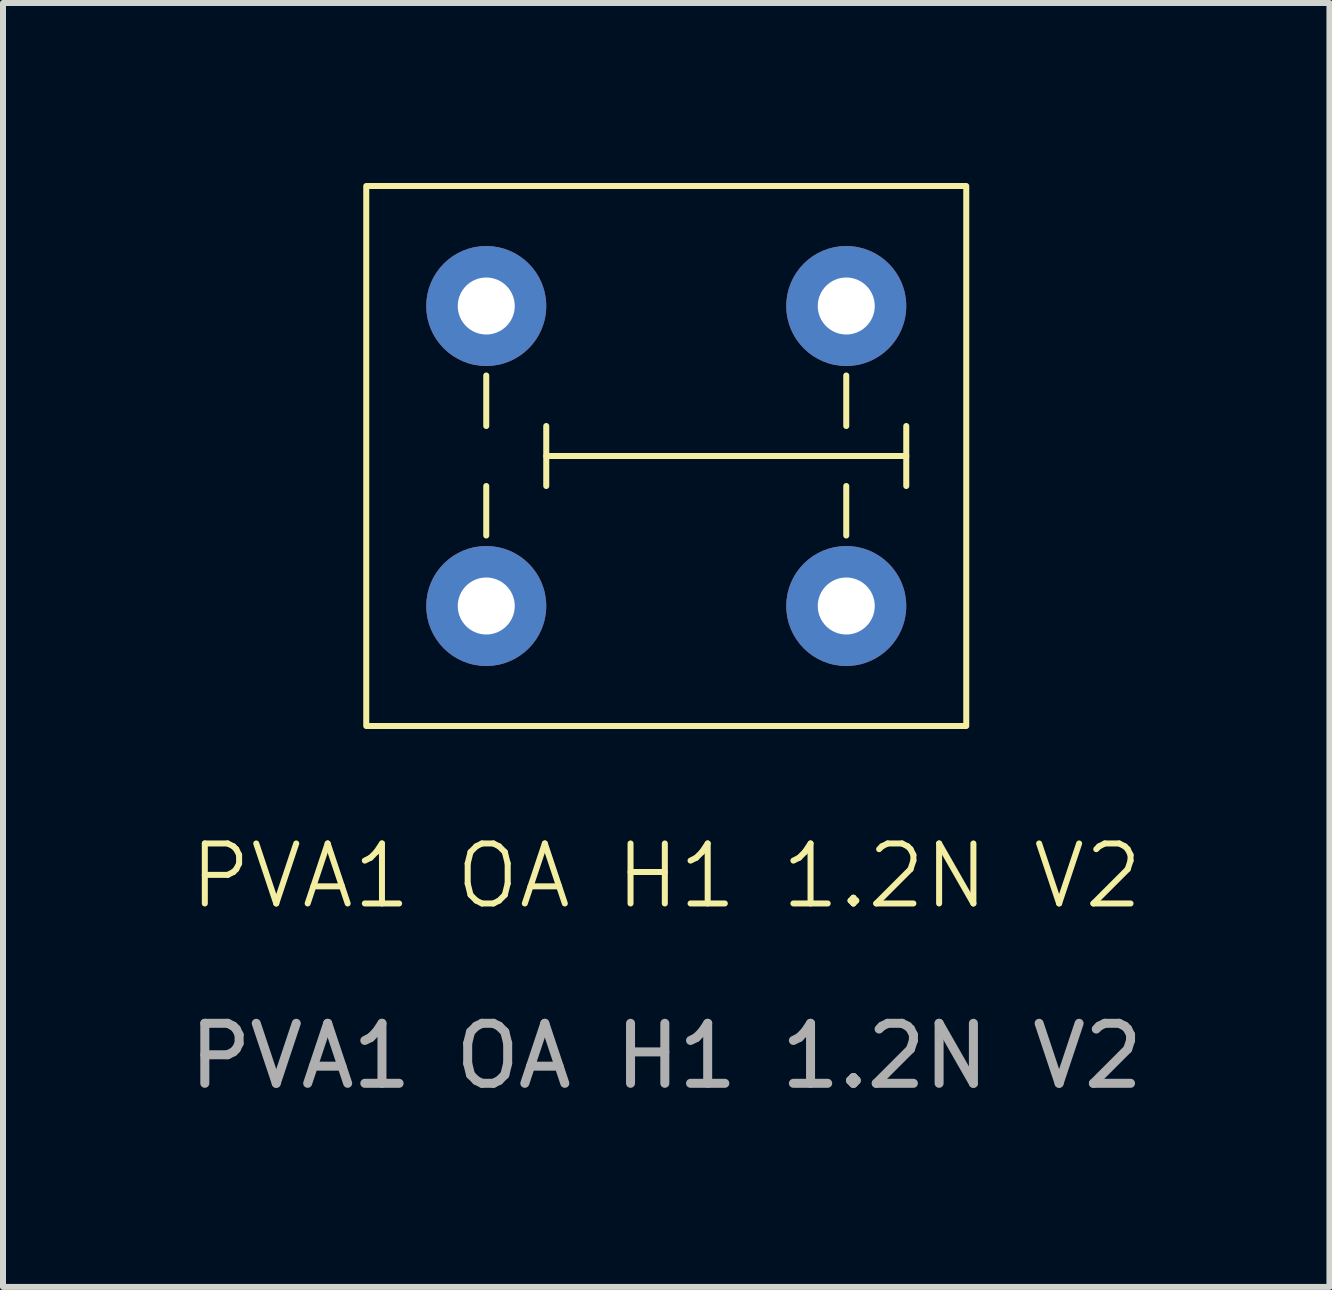
<source format=kicad_pcb>
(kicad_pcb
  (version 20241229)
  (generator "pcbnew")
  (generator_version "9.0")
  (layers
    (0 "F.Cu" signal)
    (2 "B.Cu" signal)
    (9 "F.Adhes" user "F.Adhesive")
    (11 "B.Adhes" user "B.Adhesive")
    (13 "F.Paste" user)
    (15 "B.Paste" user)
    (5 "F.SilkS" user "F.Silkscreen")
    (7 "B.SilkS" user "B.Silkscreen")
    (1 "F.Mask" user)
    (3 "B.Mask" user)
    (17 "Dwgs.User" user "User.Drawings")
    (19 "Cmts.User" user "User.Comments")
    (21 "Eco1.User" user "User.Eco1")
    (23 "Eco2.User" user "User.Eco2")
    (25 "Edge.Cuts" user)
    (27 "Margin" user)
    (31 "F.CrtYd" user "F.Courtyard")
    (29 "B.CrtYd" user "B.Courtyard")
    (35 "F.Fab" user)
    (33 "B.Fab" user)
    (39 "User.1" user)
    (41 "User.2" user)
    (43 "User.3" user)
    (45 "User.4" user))
  (footprint "PVA1 OA H1 1.2N V2"
    (layer "F.Cu")
    (at 8.054 9.05)
    (property "Reference" "PVA1 OA H1 1.2N V2" (at 0 2.5 0) (unlocked yes) (layer "F.SilkS") (effects (font (size 1 1) (thickness 0.1))))
    (attr through_hole)
    (fp_line (start -3 -5.842) (end -3 -5) (stroke (width 0.1) (type default)) (layer "F.SilkS"))
    (fp_line (start -3 -3.175) (end -3 -4) (stroke (width 0.1) (type default)) (layer "F.SilkS"))
    (fp_line (start -2 -5) (end -2 -4) (stroke (width 0.1) (type default)) (layer "F.SilkS"))
    (fp_line (start -2 -4.5) (end 4 -4.5) (stroke (width 0.1) (type default)) (layer "F.SilkS"))
    (fp_line (start 3 -5.842) (end 3 -5) (stroke (width 0.1) (type default)) (layer "F.SilkS"))
    (fp_line (start 3 -3.175) (end 3 -4) (stroke (width 0.1) (type default)) (layer "F.SilkS"))
    (fp_line (start 4 -5) (end 4 -4) (stroke (width 0.1) (type default)) (layer "F.SilkS"))
    (fp_rect (start 5 0) (end -5 -9) (stroke (width 0.1) (type default)) (fill no) (layer "F.SilkS"))
    (fp_text user "${REFERENCE}" (at 0 5.5 0) (unlocked yes) (layer "F.Fab") (effects (font (size 1 1) (thickness 0.15))))
    (pad "1" thru_hole circle (at -3 -7) (size 2 2) (drill 0.95) (layers "*.Cu" "*.Mask"))
    (pad "1" thru_hole circle (at 3 -7) (size 2 2) (drill 0.95) (layers "*.Cu" "*.Mask"))
    (pad "2" thru_hole circle (at -3 -2) (size 2 2) (drill 0.95) (layers "*.Cu" "*.Mask"))
    (pad "2" thru_hole circle (at 3 -2) (size 2 2) (drill 0.95) (layers "*.Cu" "*.Mask")))
  (gr_rect
    (start -3 -3)
    (end 19.107 18.398)
    (stroke (width 0.1) (type default))
    (fill no)
    (layer "Edge.Cuts")))
</source>
